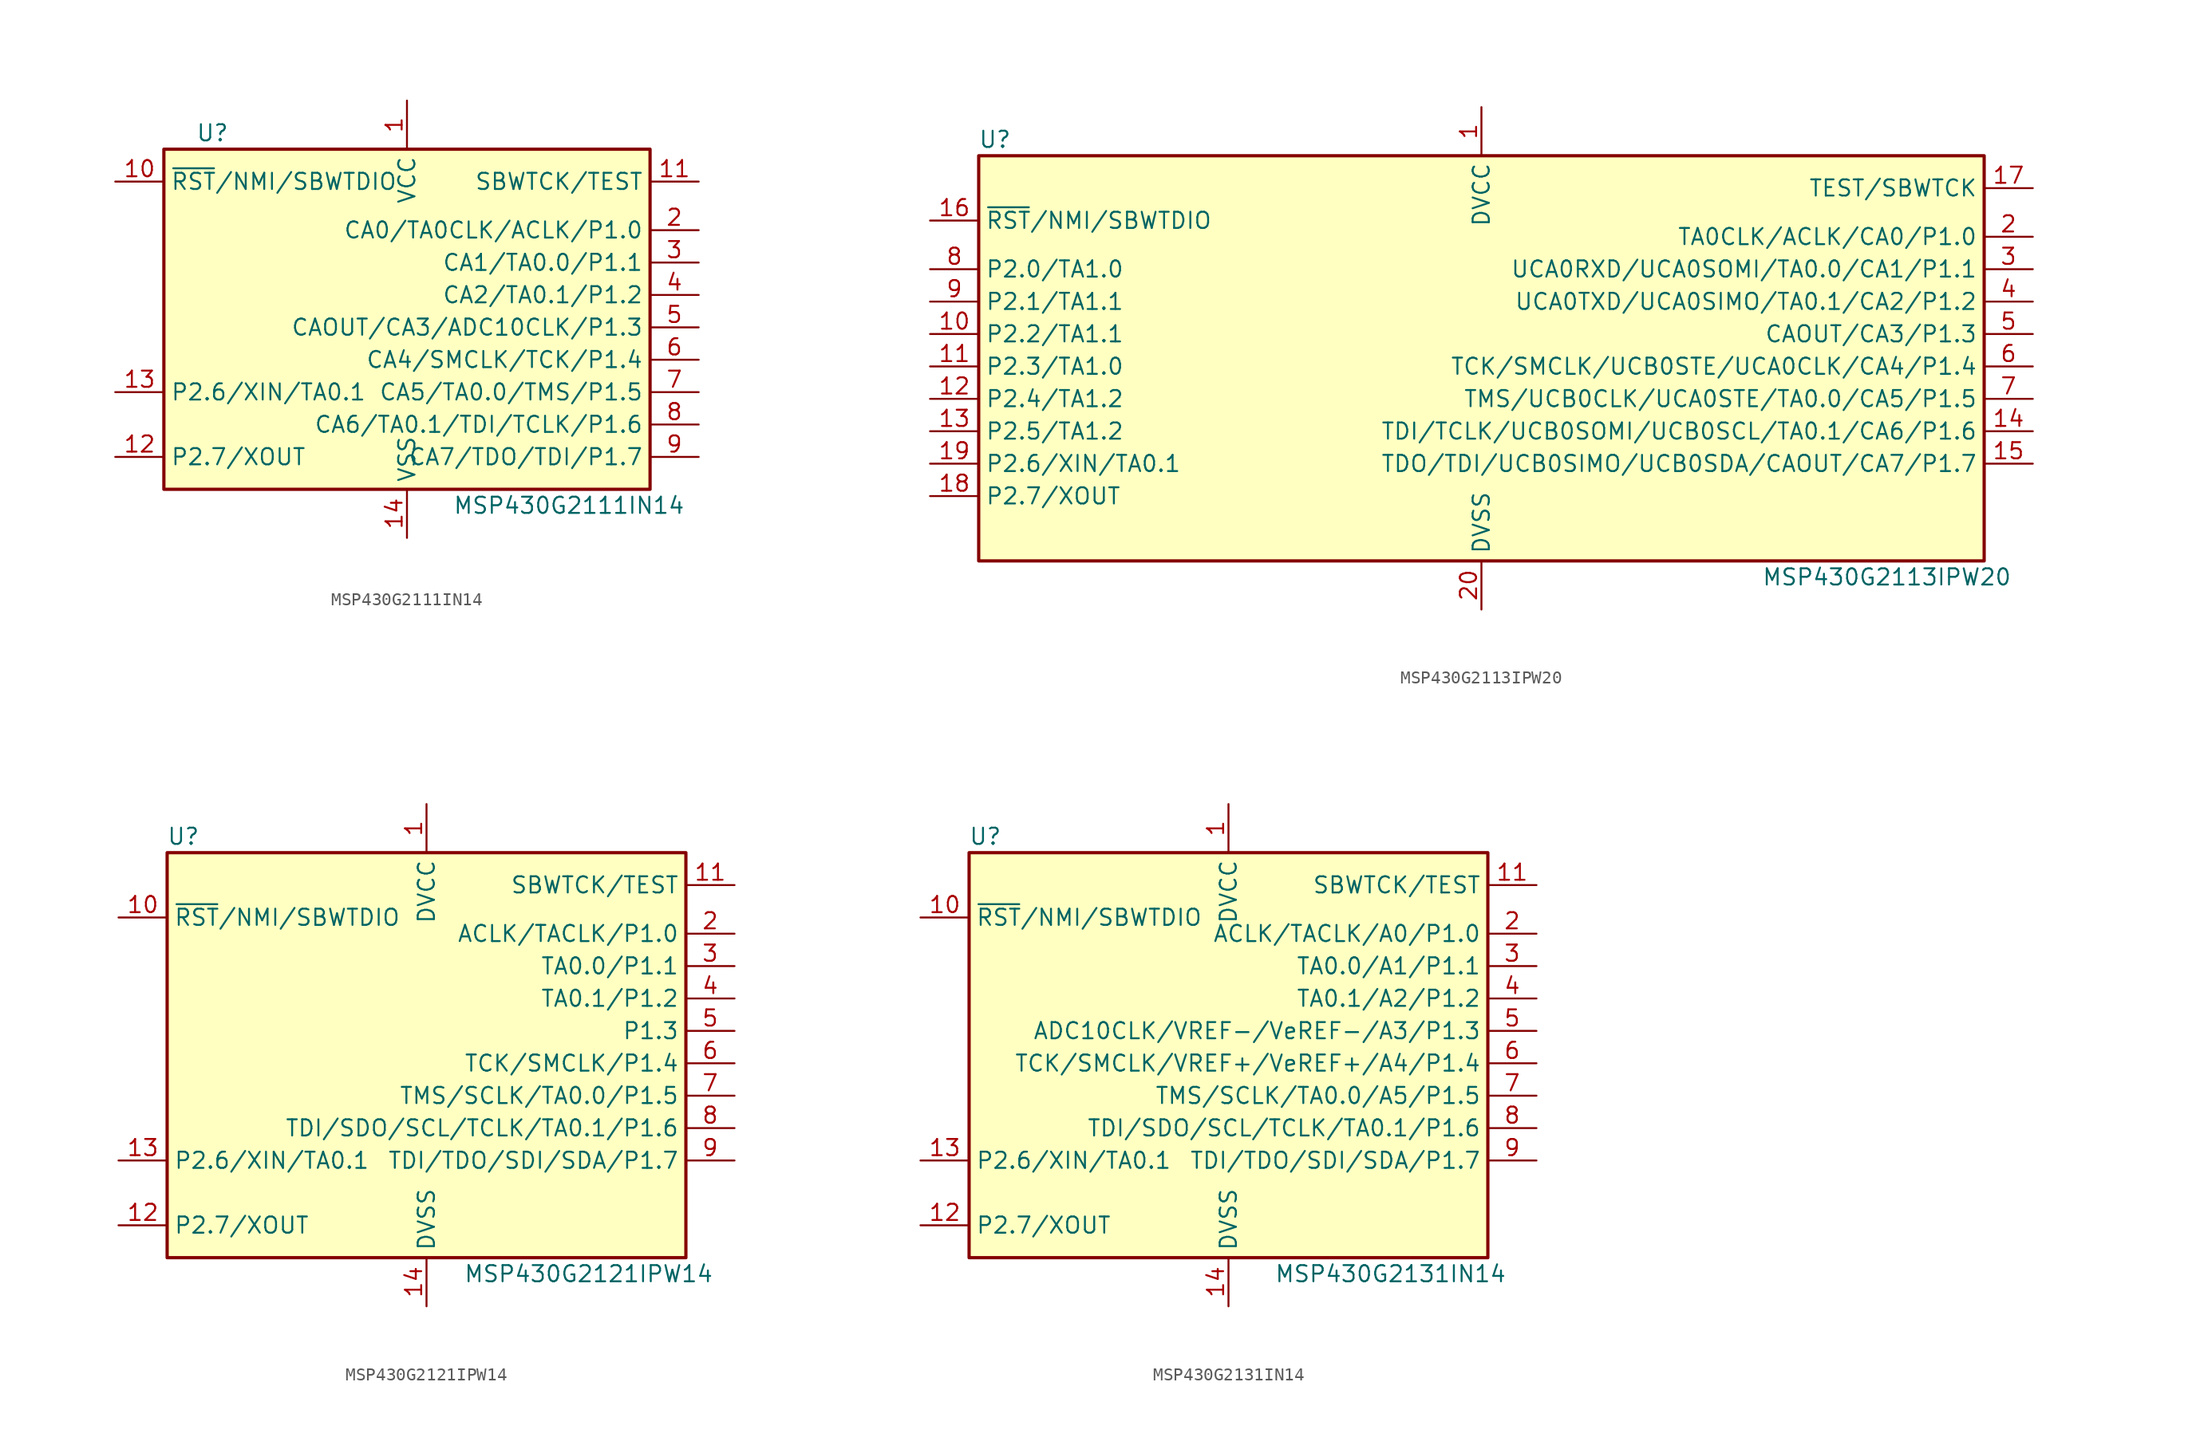
<source format=kicad_sym>
(kicad_symbol_lib
  (version 20241209)
  (generator "kicad_symbol_editor")
  (generator_version "9.0")
  (symbol "MSP430G2111IN14"
    (property "Reference" "U"
      (at -15.24 15.24 0)
      (effects (font (size 1.27 1.27))))
    (property "Value" "MSP430G2111IN14"
      (at 12.7 -13.97 0)
      (effects (font (size 1.27 1.27))))
    (symbol "MSP430G2111IN14_0_1"
      (rectangle (start -19.05 13.97) (end 19.05 -12.7) (stroke (width 0.254) (type default)) (fill (type background))))
    (symbol "MSP430G2111IN14_1_1"
      (pin input line (at -22.86 11.43 0) (length 3.81) (name "~{RST}/NMI/SBWTDIO" (effects (font (size 1.27 1.27)))) (number "10" (effects (font (size 1.27 1.27)))))
      (pin bidirectional line (at -22.86 -5.08 0) (length 3.81) (name "P2.6/XIN/TA0.1" (effects (font (size 1.27 1.27)))) (number "13" (effects (font (size 1.27 1.27)))))
      (pin bidirectional line (at -22.86 -10.16 0) (length 3.81) (name "P2.7/XOUT" (effects (font (size 1.27 1.27)))) (number "12" (effects (font (size 1.27 1.27)))))
      (pin power_in line (at 0 17.78 270) (length 3.81) (name "VCC" (effects (font (size 1.27 1.27)))) (number "1" (effects (font (size 1.27 1.27)))))
      (pin power_in line (at 0 -16.51 90) (length 3.81) (name "VSS" (effects (font (size 1.27 1.27)))) (number "14" (effects (font (size 1.27 1.27)))))
      (pin input line (at 22.86 11.43 180) (length 3.81) (name "SBWTCK/TEST" (effects (font (size 1.27 1.27)))) (number "11" (effects (font (size 1.27 1.27)))))
      (pin bidirectional line (at 22.86 7.62 180) (length 3.81) (name "CA0/TA0CLK/ACLK/P1.0" (effects (font (size 1.27 1.27)))) (number "2" (effects (font (size 1.27 1.27)))))
      (pin bidirectional line (at 22.86 5.08 180) (length 3.81) (name "CA1/TA0.0/P1.1" (effects (font (size 1.27 1.27)))) (number "3" (effects (font (size 1.27 1.27)))))
      (pin bidirectional line (at 22.86 2.54 180) (length 3.81) (name "CA2/TA0.1/P1.2" (effects (font (size 1.27 1.27)))) (number "4" (effects (font (size 1.27 1.27)))))
      (pin bidirectional line (at 22.86 0 180) (length 3.81) (name "CAOUT/CA3/ADC10CLK/P1.3" (effects (font (size 1.27 1.27)))) (number "5" (effects (font (size 1.27 1.27)))))
      (pin bidirectional line (at 22.86 -2.54 180) (length 3.81) (name "CA4/SMCLK/TCK/P1.4" (effects (font (size 1.27 1.27)))) (number "6" (effects (font (size 1.27 1.27)))))
      (pin bidirectional line (at 22.86 -5.08 180) (length 3.81) (name "CA5/TA0.0/TMS/P1.5" (effects (font (size 1.27 1.27)))) (number "7" (effects (font (size 1.27 1.27)))))
      (pin bidirectional line (at 22.86 -7.62 180) (length 3.81) (name "CA6/TA0.1/TDI/TCLK/P1.6" (effects (font (size 1.27 1.27)))) (number "8" (effects (font (size 1.27 1.27)))))
      (pin bidirectional line (at 22.86 -10.16 180) (length 3.81) (name "CA7/TDO/TDI/P1.7" (effects (font (size 1.27 1.27)))) (number "9" (effects (font (size 1.27 1.27)))))))
  (symbol "MSP430G2113IPW20"
    (property "Reference" "U"
      (at -38.1 17.78 0)
      (effects (font (size 1.27 1.27))))
    (property "Value" "MSP430G2113IPW20"
      (at 31.75 -16.51 0)
      (effects (font (size 1.27 1.27))))
    (symbol "MSP430G2113IPW20_0_1"
      (rectangle (start -39.37 16.51) (end 39.37 -15.24) (stroke (width 0.254) (type default)) (fill (type background))))
    (symbol "MSP430G2113IPW20_1_1"
      (pin input line (at -43.18 11.43 0) (length 3.81) (name "~{RST}/NMI/SBWTDIO" (effects (font (size 1.27 1.27)))) (number "16" (effects (font (size 1.27 1.27)))))
      (pin bidirectional line (at -43.18 7.62 0) (length 3.81) (name "P2.0/TA1.0" (effects (font (size 1.27 1.27)))) (number "8" (effects (font (size 1.27 1.27)))))
      (pin bidirectional line (at -43.18 5.08 0) (length 3.81) (name "P2.1/TA1.1" (effects (font (size 1.27 1.27)))) (number "9" (effects (font (size 1.27 1.27)))))
      (pin bidirectional line (at -43.18 2.54 0) (length 3.81) (name "P2.2/TA1.1" (effects (font (size 1.27 1.27)))) (number "10" (effects (font (size 1.27 1.27)))))
      (pin bidirectional line (at -43.18 0 0) (length 3.81) (name "P2.3/TA1.0" (effects (font (size 1.27 1.27)))) (number "11" (effects (font (size 1.27 1.27)))))
      (pin bidirectional line (at -43.18 -2.54 0) (length 3.81) (name "P2.4/TA1.2" (effects (font (size 1.27 1.27)))) (number "12" (effects (font (size 1.27 1.27)))))
      (pin bidirectional line (at -43.18 -5.08 0) (length 3.81) (name "P2.5/TA1.2" (effects (font (size 1.27 1.27)))) (number "13" (effects (font (size 1.27 1.27)))))
      (pin bidirectional line (at -43.18 -7.62 0) (length 3.81) (name "P2.6/XIN/TA0.1" (effects (font (size 1.27 1.27)))) (number "19" (effects (font (size 1.27 1.27)))))
      (pin bidirectional line (at -43.18 -10.16 0) (length 3.81) (name "P2.7/XOUT" (effects (font (size 1.27 1.27)))) (number "18" (effects (font (size 1.27 1.27)))))
      (pin power_in line (at 0 20.32 270) (length 3.81) (name "DVCC" (effects (font (size 1.27 1.27)))) (number "1" (effects (font (size 1.27 1.27)))))
      (pin power_in line (at 0 -19.05 90) (length 3.81) (name "DVSS" (effects (font (size 1.27 1.27)))) (number "20" (effects (font (size 1.27 1.27)))))
      (pin input line (at 43.18 13.97 180) (length 3.81) (name "TEST/SBWTCK" (effects (font (size 1.27 1.27)))) (number "17" (effects (font (size 1.27 1.27)))))
      (pin bidirectional line (at 43.18 10.16 180) (length 3.81) (name "TA0CLK/ACLK/CA0/P1.0" (effects (font (size 1.27 1.27)))) (number "2" (effects (font (size 1.27 1.27)))))
      (pin bidirectional line (at 43.18 7.62 180) (length 3.81) (name "UCA0RXD/UCA0SOMI/TA0.0/CA1/P1.1" (effects (font (size 1.27 1.27)))) (number "3" (effects (font (size 1.27 1.27)))))
      (pin bidirectional line (at 43.18 5.08 180) (length 3.81) (name "UCA0TXD/UCA0SIMO/TA0.1/CA2/P1.2" (effects (font (size 1.27 1.27)))) (number "4" (effects (font (size 1.27 1.27)))))
      (pin bidirectional line (at 43.18 2.54 180) (length 3.81) (name "CAOUT/CA3/P1.3" (effects (font (size 1.27 1.27)))) (number "5" (effects (font (size 1.27 1.27)))))
      (pin bidirectional line (at 43.18 0 180) (length 3.81) (name "TCK/SMCLK/UCB0STE/UCA0CLK/CA4/P1.4" (effects (font (size 1.27 1.27)))) (number "6" (effects (font (size 1.27 1.27)))))
      (pin bidirectional line (at 43.18 -2.54 180) (length 3.81) (name "TMS/UCB0CLK/UCA0STE/TA0.0/CA5/P1.5" (effects (font (size 1.27 1.27)))) (number "7" (effects (font (size 1.27 1.27)))))
      (pin bidirectional line (at 43.18 -5.08 180) (length 3.81) (name "TDI/TCLK/UCB0SOMI/UCB0SCL/TA0.1/CA6/P1.6" (effects (font (size 1.27 1.27)))) (number "14" (effects (font (size 1.27 1.27)))))
      (pin bidirectional line (at 43.18 -7.62 180) (length 3.81) (name "TDO/TDI/UCB0SIMO/UCB0SDA/CAOUT/CA7/P1.7" (effects (font (size 1.27 1.27)))) (number "15" (effects (font (size 1.27 1.27)))))))
  (symbol "MSP430G2121IPW14"
    (property "Reference" "U"
      (at -19.05 17.78 0)
      (effects (font (size 1.27 1.27))))
    (property "Value" "MSP430G2121IPW14"
      (at 12.7 -16.51 0)
      (effects (font (size 1.27 1.27))))
    (symbol "MSP430G2121IPW14_0_1"
      (rectangle (start -20.32 16.51) (end 20.32 -15.24) (stroke (width 0.254) (type default)) (fill (type background))))
    (symbol "MSP430G2121IPW14_1_1"
      (pin input line (at -24.13 11.43 0) (length 3.81) (name "~{RST}/NMI/SBWTDIO" (effects (font (size 1.27 1.27)))) (number "10" (effects (font (size 1.27 1.27)))))
      (pin bidirectional line (at -24.13 -7.62 0) (length 3.81) (name "P2.6/XIN/TA0.1" (effects (font (size 1.27 1.27)))) (number "13" (effects (font (size 1.27 1.27)))))
      (pin bidirectional line (at -24.13 -12.7 0) (length 3.81) (name "P2.7/XOUT" (effects (font (size 1.27 1.27)))) (number "12" (effects (font (size 1.27 1.27)))))
      (pin power_in line (at 0 20.32 270) (length 3.81) (name "DVCC" (effects (font (size 1.27 1.27)))) (number "1" (effects (font (size 1.27 1.27)))))
      (pin power_in line (at 0 -19.05 90) (length 3.81) (name "DVSS" (effects (font (size 1.27 1.27)))) (number "14" (effects (font (size 1.27 1.27)))))
      (pin input line (at 24.13 13.97 180) (length 3.81) (name "SBWTCK/TEST" (effects (font (size 1.27 1.27)))) (number "11" (effects (font (size 1.27 1.27)))))
      (pin bidirectional line (at 24.13 10.16 180) (length 3.81) (name "ACLK/TACLK/P1.0" (effects (font (size 1.27 1.27)))) (number "2" (effects (font (size 1.27 1.27)))))
      (pin bidirectional line (at 24.13 7.62 180) (length 3.81) (name "TA0.0/P1.1" (effects (font (size 1.27 1.27)))) (number "3" (effects (font (size 1.27 1.27)))))
      (pin bidirectional line (at 24.13 5.08 180) (length 3.81) (name "TA0.1/P1.2" (effects (font (size 1.27 1.27)))) (number "4" (effects (font (size 1.27 1.27)))))
      (pin bidirectional line (at 24.13 2.54 180) (length 3.81) (name "P1.3" (effects (font (size 1.27 1.27)))) (number "5" (effects (font (size 1.27 1.27)))))
      (pin bidirectional line (at 24.13 0 180) (length 3.81) (name "TCK/SMCLK/P1.4" (effects (font (size 1.27 1.27)))) (number "6" (effects (font (size 1.27 1.27)))))
      (pin bidirectional line (at 24.13 -2.54 180) (length 3.81) (name "TMS/SCLK/TA0.0/P1.5" (effects (font (size 1.27 1.27)))) (number "7" (effects (font (size 1.27 1.27)))))
      (pin bidirectional line (at 24.13 -5.08 180) (length 3.81) (name "TDI/SDO/SCL/TCLK/TA0.1/P1.6" (effects (font (size 1.27 1.27)))) (number "8" (effects (font (size 1.27 1.27)))))
      (pin bidirectional line (at 24.13 -7.62 180) (length 3.81) (name "TDI/TDO/SDI/SDA/P1.7" (effects (font (size 1.27 1.27)))) (number "9" (effects (font (size 1.27 1.27)))))))
  (symbol "MSP430G2131IN14"
    (property "Reference" "U"
      (at -19.05 17.78 0)
      (effects (font (size 1.27 1.27))))
    (property "Value" "MSP430G2131IN14"
      (at 12.7 -16.51 0)
      (effects (font (size 1.27 1.27))))
    (symbol "MSP430G2131IN14_0_1"
      (rectangle (start -20.32 16.51) (end 20.32 -15.24) (stroke (width 0.254) (type default)) (fill (type background))))
    (symbol "MSP430G2131IN14_1_1"
      (pin input line (at -24.13 11.43 0) (length 3.81) (name "~{RST}/NMI/SBWTDIO" (effects (font (size 1.27 1.27)))) (number "10" (effects (font (size 1.27 1.27)))))
      (pin bidirectional line (at -24.13 -7.62 0) (length 3.81) (name "P2.6/XIN/TA0.1" (effects (font (size 1.27 1.27)))) (number "13" (effects (font (size 1.27 1.27)))))
      (pin bidirectional line (at -24.13 -12.7 0) (length 3.81) (name "P2.7/XOUT" (effects (font (size 1.27 1.27)))) (number "12" (effects (font (size 1.27 1.27)))))
      (pin power_in line (at 0 20.32 270) (length 3.81) (name "DVCC" (effects (font (size 1.27 1.27)))) (number "1" (effects (font (size 1.27 1.27)))))
      (pin power_in line (at 0 -19.05 90) (length 3.81) (name "DVSS" (effects (font (size 1.27 1.27)))) (number "14" (effects (font (size 1.27 1.27)))))
      (pin input line (at 24.13 13.97 180) (length 3.81) (name "SBWTCK/TEST" (effects (font (size 1.27 1.27)))) (number "11" (effects (font (size 1.27 1.27)))))
      (pin bidirectional line (at 24.13 10.16 180) (length 3.81) (name "ACLK/TACLK/A0/P1.0" (effects (font (size 1.27 1.27)))) (number "2" (effects (font (size 1.27 1.27)))))
      (pin bidirectional line (at 24.13 7.62 180) (length 3.81) (name "TA0.0/A1/P1.1" (effects (font (size 1.27 1.27)))) (number "3" (effects (font (size 1.27 1.27)))))
      (pin bidirectional line (at 24.13 5.08 180) (length 3.81) (name "TA0.1/A2/P1.2" (effects (font (size 1.27 1.27)))) (number "4" (effects (font (size 1.27 1.27)))))
      (pin bidirectional line (at 24.13 2.54 180) (length 3.81) (name "ADC10CLK/VREF-/VeREF-/A3/P1.3" (effects (font (size 1.27 1.27)))) (number "5" (effects (font (size 1.27 1.27)))))
      (pin bidirectional line (at 24.13 0 180) (length 3.81) (name "TCK/SMCLK/VREF+/VeREF+/A4/P1.4" (effects (font (size 1.27 1.27)))) (number "6" (effects (font (size 1.27 1.27)))))
      (pin bidirectional line (at 24.13 -2.54 180) (length 3.81) (name "TMS/SCLK/TA0.0/A5/P1.5" (effects (font (size 1.27 1.27)))) (number "7" (effects (font (size 1.27 1.27)))))
      (pin bidirectional line (at 24.13 -5.08 180) (length 3.81) (name "TDI/SDO/SCL/TCLK/TA0.1/P1.6" (effects (font (size 1.27 1.27)))) (number "8" (effects (font (size 1.27 1.27)))))
      (pin bidirectional line (at 24.13 -7.62 180) (length 3.81) (name "TDI/TDO/SDI/SDA/P1.7" (effects (font (size 1.27 1.27)))) (number "9" (effects (font (size 1.27 1.27))))))))
</source>
